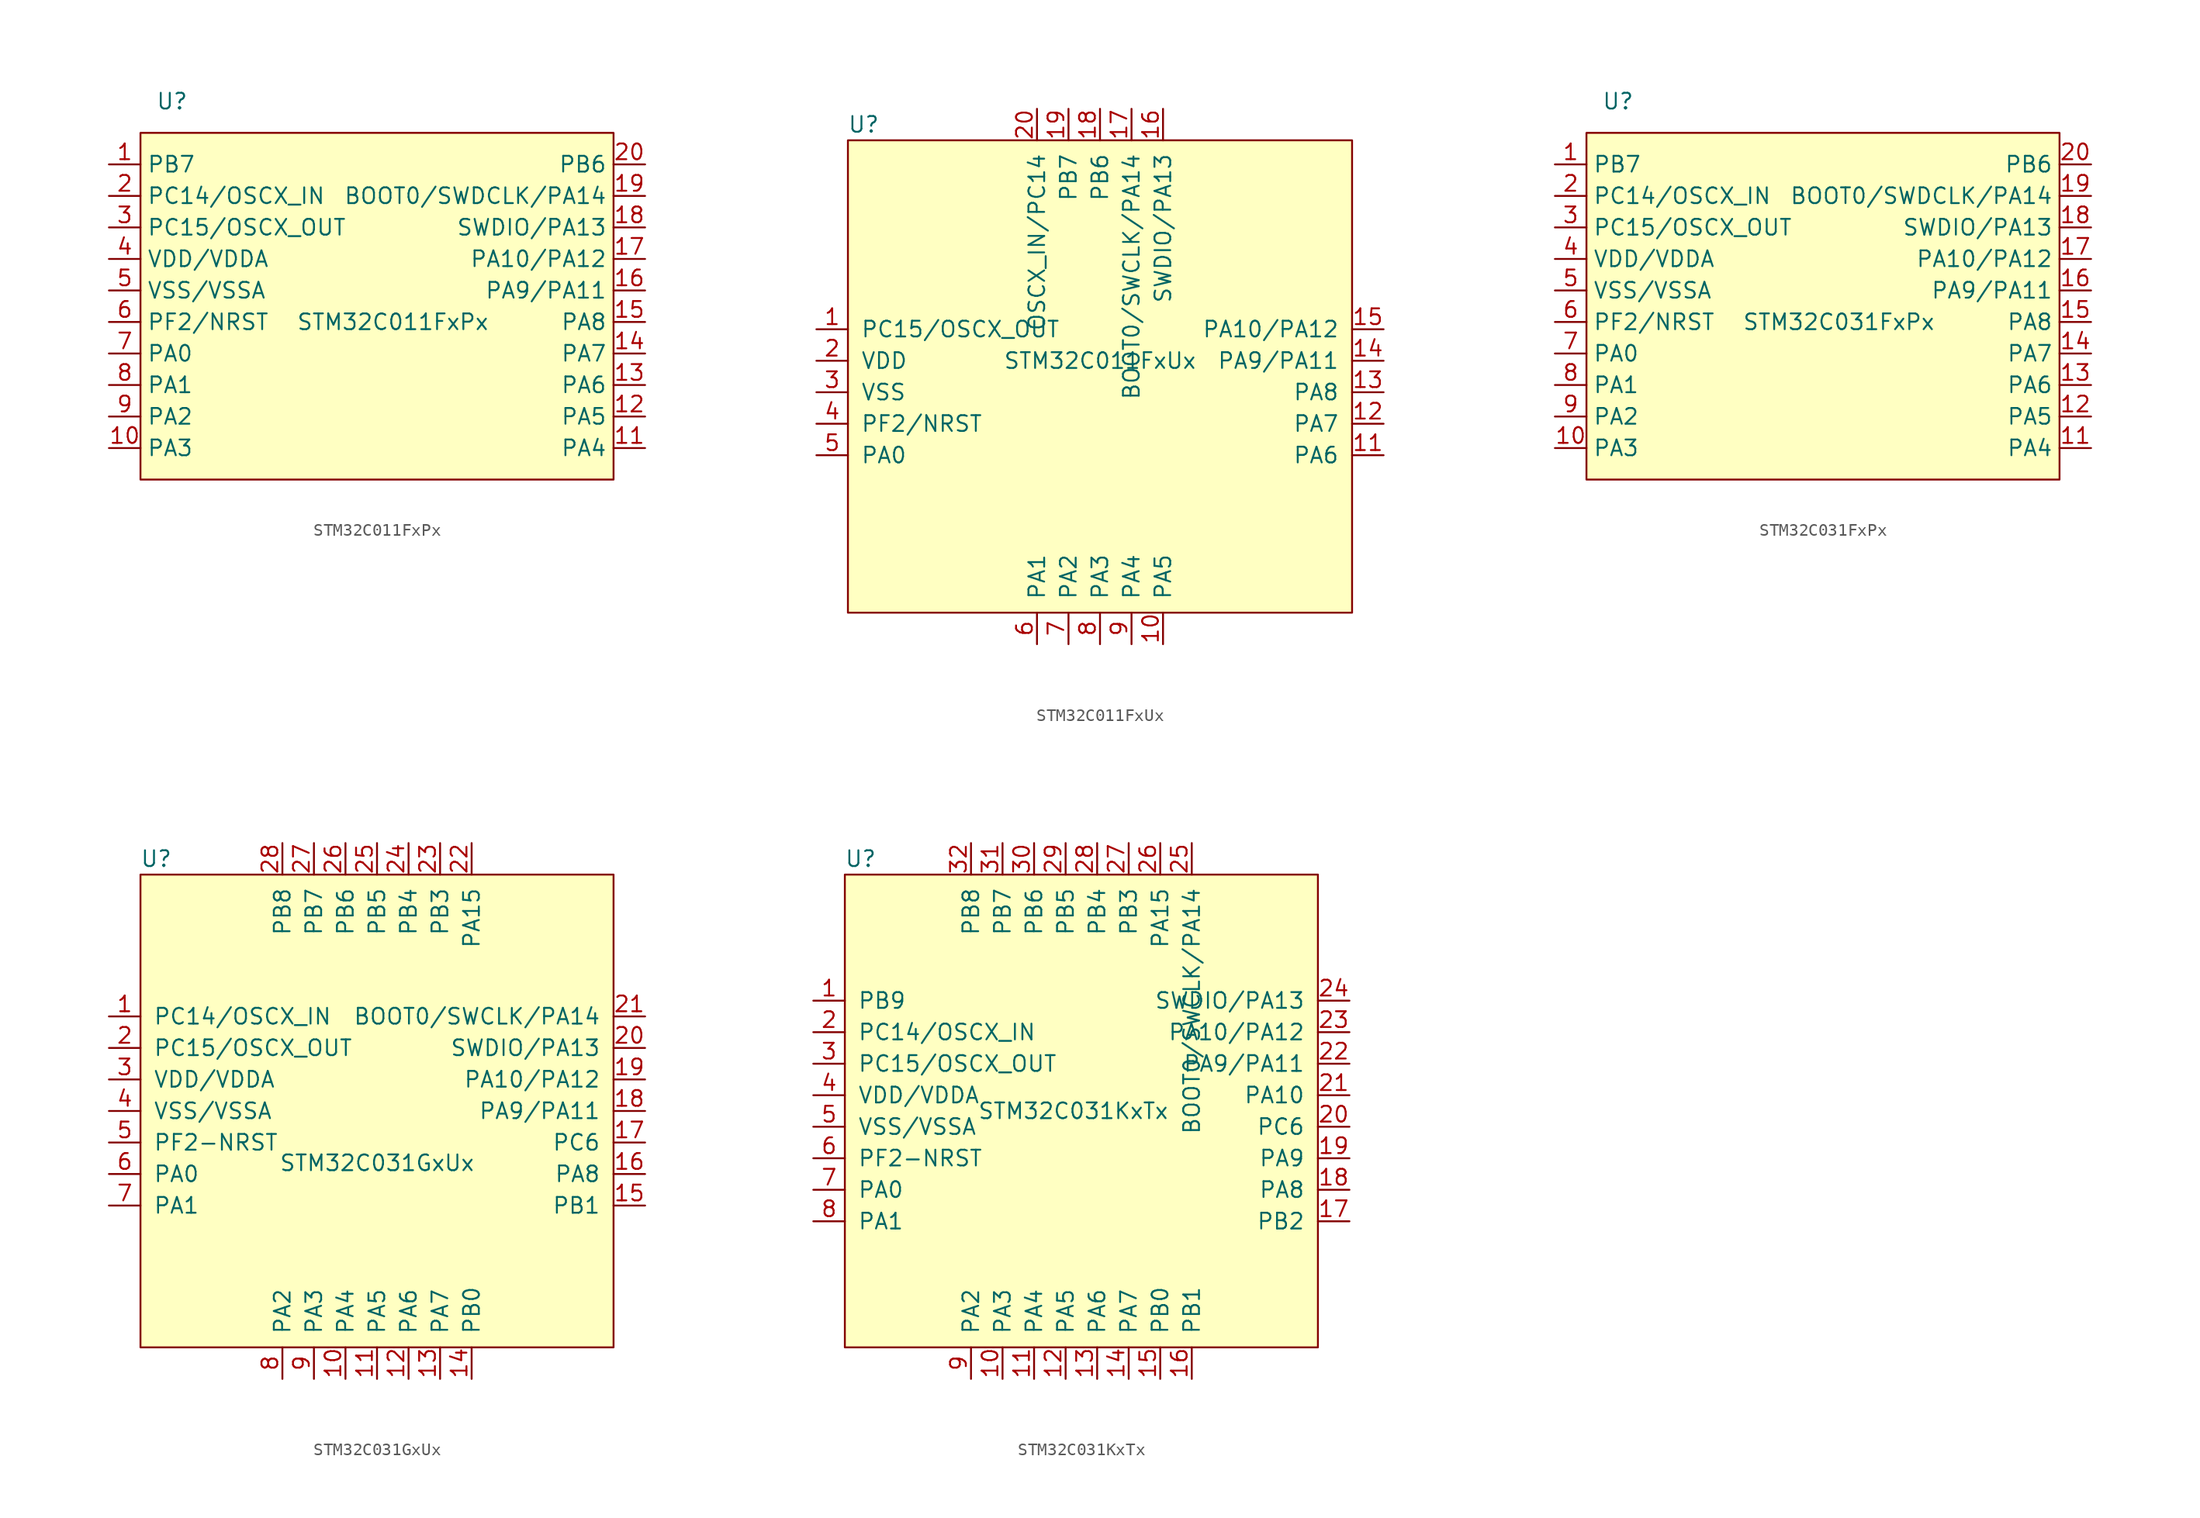
<source format=kicad_sym>
(kicad_symbol_lib
  (version 20241209)
  (generator "kicad_symbol_editor")
  (generator_version "9.0")
  (symbol "STM32C011FxPx"
    (property "Reference" "U"
      (at 2.54 30.48 0)
      (effects (font (size 1.27 1.27))))
    (property "Value" "STM32C011FxPx"
      (at 20.32 12.7 0)
      (effects (font (size 1.27 1.27))))
    (symbol "STM32C011FxPx_0_1"
      (rectangle (start 0 27.94) (end 38.1 0) (stroke (width 0) (type default)) (fill (type background))))
    (symbol "STM32C011FxPx_1_1"
      (pin bidirectional line (at -2.54 25.4 0) (length 2.54) (name "PB7" (effects (font (size 1.27 1.27)))) (number "1" (effects (font (size 1.27 1.27)))))
      (pin bidirectional line (at -2.54 22.86 0) (length 2.54) (name "PC14/OSCX_IN" (effects (font (size 1.27 1.27)))) (number "2" (effects (font (size 1.27 1.27)))))
      (pin bidirectional line (at -2.54 20.32 0) (length 2.54) (name "PC15/OSCX_OUT" (effects (font (size 1.27 1.27)))) (number "3" (effects (font (size 1.27 1.27)))))
      (pin power_in line (at -2.54 17.78 0) (length 2.54) (name "VDD/VDDA" (effects (font (size 1.27 1.27)))) (number "4" (effects (font (size 1.27 1.27)))))
      (pin power_in line (at -2.54 15.24 0) (length 2.54) (name "VSS/VSSA" (effects (font (size 1.27 1.27)))) (number "5" (effects (font (size 1.27 1.27)))))
      (pin bidirectional line (at -2.54 12.7 0) (length 2.54) (name "PF2/NRST" (effects (font (size 1.27 1.27)))) (number "6" (effects (font (size 1.27 1.27)))))
      (pin bidirectional line (at -2.54 10.16 0) (length 2.54) (name "PA0" (effects (font (size 1.27 1.27)))) (number "7" (effects (font (size 1.27 1.27)))))
      (pin bidirectional line (at -2.54 7.62 0) (length 2.54) (name "PA1" (effects (font (size 1.27 1.27)))) (number "8" (effects (font (size 1.27 1.27)))))
      (pin bidirectional line (at -2.54 5.08 0) (length 2.54) (name "PA2" (effects (font (size 1.27 1.27)))) (number "9" (effects (font (size 1.27 1.27)))))
      (pin bidirectional line (at -2.54 2.54 0) (length 2.54) (name "PA3" (effects (font (size 1.27 1.27)))) (number "10" (effects (font (size 1.27 1.27)))))
      (pin bidirectional line (at 40.64 25.4 180) (length 2.54) (name "PB6" (effects (font (size 1.27 1.27)))) (number "20" (effects (font (size 1.27 1.27)))))
      (pin bidirectional line (at 40.64 22.86 180) (length 2.54) (name "BOOT0/SWDCLK/PA14" (effects (font (size 1.27 1.27)))) (number "19" (effects (font (size 1.27 1.27)))))
      (pin bidirectional line (at 40.64 20.32 180) (length 2.54) (name "SWDIO/PA13" (effects (font (size 1.27 1.27)))) (number "18" (effects (font (size 1.27 1.27)))))
      (pin bidirectional line (at 40.64 17.78 180) (length 2.54) (name "PA10/PA12" (effects (font (size 1.27 1.27)))) (number "17" (effects (font (size 1.27 1.27)))))
      (pin bidirectional line (at 40.64 15.24 180) (length 2.54) (name "PA9/PA11" (effects (font (size 1.27 1.27)))) (number "16" (effects (font (size 1.27 1.27)))))
      (pin bidirectional line (at 40.64 12.7 180) (length 2.54) (name "PA8" (effects (font (size 1.27 1.27)))) (number "15" (effects (font (size 1.27 1.27)))))
      (pin bidirectional line (at 40.64 10.16 180) (length 2.54) (name "PA7" (effects (font (size 1.27 1.27)))) (number "14" (effects (font (size 1.27 1.27)))))
      (pin bidirectional line (at 40.64 7.62 180) (length 2.54) (name "PA6" (effects (font (size 1.27 1.27)))) (number "13" (effects (font (size 1.27 1.27)))))
      (pin bidirectional line (at 40.64 5.08 180) (length 2.54) (name "PA5" (effects (font (size 1.27 1.27)))) (number "12" (effects (font (size 1.27 1.27)))))
      (pin bidirectional line (at 40.64 2.54 180) (length 2.54) (name "PA4" (effects (font (size 1.27 1.27)))) (number "11" (effects (font (size 1.27 1.27)))))))
  (symbol "STM32C011FxUx"
    (pin_names
      (offset 1.016))
    (property "Reference" "U"
      (at 1.27 39.37 0)
      (effects (font (size 1.27 1.27))))
    (property "Value" "STM32C011FxUx"
      (at 20.32 20.32 0)
      (effects (font (size 1.27 1.27))))
    (symbol "STM32C011FxUx_0_1"
      (rectangle (start 0 38.1) (end 40.64 0) (stroke (width 0) (type default)) (fill (type background))))
    (symbol "STM32C011FxUx_1_1"
      (pin bidirectional line (at -2.54 22.86 0) (length 2.54) (name "PC15/OSCX_OUT" (effects (font (size 1.27 1.27)))) (number "1" (effects (font (size 1.27 1.27)))))
      (pin power_in line (at -2.54 20.32 0) (length 2.54) (name "VDD" (effects (font (size 1.27 1.27)))) (number "2" (effects (font (size 1.27 1.27)))))
      (pin power_in line (at -2.54 17.78 0) (length 2.54) (name "VSS" (effects (font (size 1.27 1.27)))) (number "3" (effects (font (size 1.27 1.27)))))
      (pin bidirectional line (at -2.54 15.24 0) (length 2.54) (name "PF2/NRST" (effects (font (size 1.27 1.27)))) (number "4" (effects (font (size 1.27 1.27)))))
      (pin bidirectional line (at -2.54 12.7 0) (length 2.54) (name "PA0" (effects (font (size 1.27 1.27)))) (number "5" (effects (font (size 1.27 1.27)))))
      (pin bidirectional line (at 15.24 40.64 270) (length 2.54) (name "OSCX_IN/PC14" (effects (font (size 1.27 1.27)))) (number "20" (effects (font (size 1.27 1.27)))))
      (pin bidirectional line (at 15.24 -2.54 90) (length 2.54) (name "PA1" (effects (font (size 1.27 1.27)))) (number "6" (effects (font (size 1.27 1.27)))))
      (pin bidirectional line (at 17.78 40.64 270) (length 2.54) (name "PB7" (effects (font (size 1.27 1.27)))) (number "19" (effects (font (size 1.27 1.27)))))
      (pin bidirectional line (at 17.78 -2.54 90) (length 2.54) (name "PA2" (effects (font (size 1.27 1.27)))) (number "7" (effects (font (size 1.27 1.27)))))
      (pin bidirectional line (at 20.32 40.64 270) (length 2.54) (name "PB6" (effects (font (size 1.27 1.27)))) (number "18" (effects (font (size 1.27 1.27)))))
      (pin bidirectional line (at 20.32 -2.54 90) (length 2.54) (name "PA3" (effects (font (size 1.27 1.27)))) (number "8" (effects (font (size 1.27 1.27)))))
      (pin bidirectional line (at 22.86 40.64 270) (length 2.54) (name "BOOT0/SWCLK/PA14" (effects (font (size 1.27 1.27)))) (number "17" (effects (font (size 1.27 1.27)))))
      (pin bidirectional line (at 22.86 -2.54 90) (length 2.54) (name "PA4" (effects (font (size 1.27 1.27)))) (number "9" (effects (font (size 1.27 1.27)))))
      (pin bidirectional line (at 25.4 40.64 270) (length 2.54) (name "SWDIO/PA13" (effects (font (size 1.27 1.27)))) (number "16" (effects (font (size 1.27 1.27)))))
      (pin bidirectional line (at 25.4 -2.54 90) (length 2.54) (name "PA5" (effects (font (size 1.27 1.27)))) (number "10" (effects (font (size 1.27 1.27)))))
      (pin bidirectional line (at 43.18 22.86 180) (length 2.54) (name "PA10/PA12" (effects (font (size 1.27 1.27)))) (number "15" (effects (font (size 1.27 1.27)))))
      (pin bidirectional line (at 43.18 20.32 180) (length 2.54) (name "PA9/PA11" (effects (font (size 1.27 1.27)))) (number "14" (effects (font (size 1.27 1.27)))))
      (pin bidirectional line (at 43.18 17.78 180) (length 2.54) (name "PA8" (effects (font (size 1.27 1.27)))) (number "13" (effects (font (size 1.27 1.27)))))
      (pin bidirectional line (at 43.18 15.24 180) (length 2.54) (name "PA7" (effects (font (size 1.27 1.27)))) (number "12" (effects (font (size 1.27 1.27)))))
      (pin bidirectional line (at 43.18 12.7 180) (length 2.54) (name "PA6" (effects (font (size 1.27 1.27)))) (number "11" (effects (font (size 1.27 1.27)))))))
  (symbol "STM32C031FxPx"
    (property "Reference" "U"
      (at 2.54 30.48 0)
      (effects (font (size 1.27 1.27))))
    (property "Value" "STM32C031FxPx"
      (at 20.32 12.7 0)
      (effects (font (size 1.27 1.27))))
    (symbol "STM32C031FxPx_0_1"
      (rectangle (start 0 27.94) (end 38.1 0) (stroke (width 0) (type default)) (fill (type background))))
    (symbol "STM32C031FxPx_1_1"
      (pin bidirectional line (at -2.54 25.4 0) (length 2.54) (name "PB7" (effects (font (size 1.27 1.27)))) (number "1" (effects (font (size 1.27 1.27)))))
      (pin bidirectional line (at -2.54 22.86 0) (length 2.54) (name "PC14/OSCX_IN" (effects (font (size 1.27 1.27)))) (number "2" (effects (font (size 1.27 1.27)))))
      (pin bidirectional line (at -2.54 20.32 0) (length 2.54) (name "PC15/OSCX_OUT" (effects (font (size 1.27 1.27)))) (number "3" (effects (font (size 1.27 1.27)))))
      (pin power_in line (at -2.54 17.78 0) (length 2.54) (name "VDD/VDDA" (effects (font (size 1.27 1.27)))) (number "4" (effects (font (size 1.27 1.27)))))
      (pin power_in line (at -2.54 15.24 0) (length 2.54) (name "VSS/VSSA" (effects (font (size 1.27 1.27)))) (number "5" (effects (font (size 1.27 1.27)))))
      (pin bidirectional line (at -2.54 12.7 0) (length 2.54) (name "PF2/NRST" (effects (font (size 1.27 1.27)))) (number "6" (effects (font (size 1.27 1.27)))))
      (pin bidirectional line (at -2.54 10.16 0) (length 2.54) (name "PA0" (effects (font (size 1.27 1.27)))) (number "7" (effects (font (size 1.27 1.27)))))
      (pin bidirectional line (at -2.54 7.62 0) (length 2.54) (name "PA1" (effects (font (size 1.27 1.27)))) (number "8" (effects (font (size 1.27 1.27)))))
      (pin bidirectional line (at -2.54 5.08 0) (length 2.54) (name "PA2" (effects (font (size 1.27 1.27)))) (number "9" (effects (font (size 1.27 1.27)))))
      (pin bidirectional line (at -2.54 2.54 0) (length 2.54) (name "PA3" (effects (font (size 1.27 1.27)))) (number "10" (effects (font (size 1.27 1.27)))))
      (pin bidirectional line (at 40.64 25.4 180) (length 2.54) (name "PB6" (effects (font (size 1.27 1.27)))) (number "20" (effects (font (size 1.27 1.27)))))
      (pin bidirectional line (at 40.64 22.86 180) (length 2.54) (name "BOOT0/SWDCLK/PA14" (effects (font (size 1.27 1.27)))) (number "19" (effects (font (size 1.27 1.27)))))
      (pin bidirectional line (at 40.64 20.32 180) (length 2.54) (name "SWDIO/PA13" (effects (font (size 1.27 1.27)))) (number "18" (effects (font (size 1.27 1.27)))))
      (pin bidirectional line (at 40.64 17.78 180) (length 2.54) (name "PA10/PA12" (effects (font (size 1.27 1.27)))) (number "17" (effects (font (size 1.27 1.27)))))
      (pin bidirectional line (at 40.64 15.24 180) (length 2.54) (name "PA9/PA11" (effects (font (size 1.27 1.27)))) (number "16" (effects (font (size 1.27 1.27)))))
      (pin bidirectional line (at 40.64 12.7 180) (length 2.54) (name "PA8" (effects (font (size 1.27 1.27)))) (number "15" (effects (font (size 1.27 1.27)))))
      (pin bidirectional line (at 40.64 10.16 180) (length 2.54) (name "PA7" (effects (font (size 1.27 1.27)))) (number "14" (effects (font (size 1.27 1.27)))))
      (pin bidirectional line (at 40.64 7.62 180) (length 2.54) (name "PA6" (effects (font (size 1.27 1.27)))) (number "13" (effects (font (size 1.27 1.27)))))
      (pin bidirectional line (at 40.64 5.08 180) (length 2.54) (name "PA5" (effects (font (size 1.27 1.27)))) (number "12" (effects (font (size 1.27 1.27)))))
      (pin bidirectional line (at 40.64 2.54 180) (length 2.54) (name "PA4" (effects (font (size 1.27 1.27)))) (number "11" (effects (font (size 1.27 1.27)))))))
  (symbol "STM32C031GxUx"
    (pin_names
      (offset 1.016))
    (property "Reference" "U"
      (at 1.27 39.37 0)
      (effects (font (size 1.27 1.27))))
    (property "Value" "STM32C031GxUx"
      (at 19.05 14.859 0)
      (effects (font (size 1.27 1.27))))
    (symbol "STM32C031GxUx_0_1"
      (rectangle (start 0 38.1) (end 38.1 0) (stroke (width 0) (type default)) (fill (type background))))
    (symbol "STM32C031GxUx_1_1"
      (pin bidirectional line (at -2.54 26.67 0) (length 2.54) (name "PC14/OSCX_IN" (effects (font (size 1.27 1.27)))) (number "1" (effects (font (size 1.27 1.27)))))
      (pin bidirectional line (at -2.54 24.13 0) (length 2.54) (name "PC15/OSCX_OUT" (effects (font (size 1.27 1.27)))) (number "2" (effects (font (size 1.27 1.27)))))
      (pin power_in line (at -2.54 21.59 0) (length 2.54) (name "VDD/VDDA" (effects (font (size 1.27 1.27)))) (number "3" (effects (font (size 1.27 1.27)))))
      (pin power_in line (at -2.54 19.05 0) (length 2.54) (name "VSS/VSSA" (effects (font (size 1.27 1.27)))) (number "4" (effects (font (size 1.27 1.27)))))
      (pin bidirectional line (at -2.54 16.51 0) (length 2.54) (name "PF2-NRST" (effects (font (size 1.27 1.27)))) (number "5" (effects (font (size 1.27 1.27)))))
      (pin bidirectional line (at -2.54 13.97 0) (length 2.54) (name "PA0" (effects (font (size 1.27 1.27)))) (number "6" (effects (font (size 1.27 1.27)))))
      (pin bidirectional line (at -2.54 11.43 0) (length 2.54) (name "PA1" (effects (font (size 1.27 1.27)))) (number "7" (effects (font (size 1.27 1.27)))))
      (pin bidirectional line (at 11.43 40.64 270) (length 2.54) (name "PB8" (effects (font (size 1.27 1.27)))) (number "28" (effects (font (size 1.27 1.27)))))
      (pin bidirectional line (at 11.43 -2.54 90) (length 2.54) (name "PA2" (effects (font (size 1.27 1.27)))) (number "8" (effects (font (size 1.27 1.27)))))
      (pin bidirectional line (at 13.97 40.64 270) (length 2.54) (name "PB7" (effects (font (size 1.27 1.27)))) (number "27" (effects (font (size 1.27 1.27)))))
      (pin bidirectional line (at 13.97 -2.54 90) (length 2.54) (name "PA3" (effects (font (size 1.27 1.27)))) (number "9" (effects (font (size 1.27 1.27)))))
      (pin bidirectional line (at 16.51 40.64 270) (length 2.54) (name "PB6" (effects (font (size 1.27 1.27)))) (number "26" (effects (font (size 1.27 1.27)))))
      (pin bidirectional line (at 16.51 -2.54 90) (length 2.54) (name "PA4" (effects (font (size 1.27 1.27)))) (number "10" (effects (font (size 1.27 1.27)))))
      (pin bidirectional line (at 19.05 40.64 270) (length 2.54) (name "PB5" (effects (font (size 1.27 1.27)))) (number "25" (effects (font (size 1.27 1.27)))))
      (pin bidirectional line (at 19.05 -2.54 90) (length 2.54) (name "PA5" (effects (font (size 1.27 1.27)))) (number "11" (effects (font (size 1.27 1.27)))))
      (pin bidirectional line (at 21.59 40.64 270) (length 2.54) (name "PB4" (effects (font (size 1.27 1.27)))) (number "24" (effects (font (size 1.27 1.27)))))
      (pin bidirectional line (at 21.59 -2.54 90) (length 2.54) (name "PA6" (effects (font (size 1.27 1.27)))) (number "12" (effects (font (size 1.27 1.27)))))
      (pin bidirectional line (at 24.13 40.64 270) (length 2.54) (name "PB3" (effects (font (size 1.27 1.27)))) (number "23" (effects (font (size 1.27 1.27)))))
      (pin bidirectional line (at 24.13 -2.54 90) (length 2.54) (name "PA7" (effects (font (size 1.27 1.27)))) (number "13" (effects (font (size 1.27 1.27)))))
      (pin bidirectional line (at 26.67 40.64 270) (length 2.54) (name "PA15" (effects (font (size 1.27 1.27)))) (number "22" (effects (font (size 1.27 1.27)))))
      (pin bidirectional line (at 26.67 -2.54 90) (length 2.54) (name "PB0" (effects (font (size 1.27 1.27)))) (number "14" (effects (font (size 1.27 1.27)))))
      (pin bidirectional line (at 40.64 26.67 180) (length 2.54) (name "BOOT0/SWCLK/PA14" (effects (font (size 1.27 1.27)))) (number "21" (effects (font (size 1.27 1.27)))))
      (pin bidirectional line (at 40.64 24.13 180) (length 2.54) (name "SWDIO/PA13" (effects (font (size 1.27 1.27)))) (number "20" (effects (font (size 1.27 1.27)))))
      (pin bidirectional line (at 40.64 21.59 180) (length 2.54) (name "PA10/PA12" (effects (font (size 1.27 1.27)))) (number "19" (effects (font (size 1.27 1.27)))))
      (pin bidirectional line (at 40.64 19.05 180) (length 2.54) (name "PA9/PA11" (effects (font (size 1.27 1.27)))) (number "18" (effects (font (size 1.27 1.27)))))
      (pin bidirectional line (at 40.64 16.51 180) (length 2.54) (name "PC6" (effects (font (size 1.27 1.27)))) (number "17" (effects (font (size 1.27 1.27)))))
      (pin bidirectional line (at 40.64 13.97 180) (length 2.54) (name "PA8" (effects (font (size 1.27 1.27)))) (number "16" (effects (font (size 1.27 1.27)))))
      (pin bidirectional line (at 40.64 11.43 180) (length 2.54) (name "PB1" (effects (font (size 1.27 1.27)))) (number "15" (effects (font (size 1.27 1.27)))))))
  (symbol "STM32C031KxTx"
    (pin_names
      (offset 1.016))
    (property "Reference" "U"
      (at 1.27 39.37 0)
      (effects (font (size 1.27 1.27))))
    (property "Value" "STM32C031KxTx"
      (at 18.395 19.05 0)
      (effects (font (size 1.27 1.27))))
    (symbol "STM32C031KxTx_0_1"
      (rectangle (start 0 38.1) (end 38.1 0) (stroke (width 0) (type default)) (fill (type background))))
    (symbol "STM32C031KxTx_1_1"
      (pin bidirectional line (at -2.54 27.94 0) (length 2.54) (name "PB9" (effects (font (size 1.27 1.27)))) (number "1" (effects (font (size 1.27 1.27)))))
      (pin bidirectional line (at -2.54 25.4 0) (length 2.54) (name "PC14/OSCX_IN" (effects (font (size 1.27 1.27)))) (number "2" (effects (font (size 1.27 1.27)))))
      (pin bidirectional line (at -2.54 22.86 0) (length 2.54) (name "PC15/OSCX_OUT" (effects (font (size 1.27 1.27)))) (number "3" (effects (font (size 1.27 1.27)))))
      (pin power_in line (at -2.54 20.32 0) (length 2.54) (name "VDD/VDDA" (effects (font (size 1.27 1.27)))) (number "4" (effects (font (size 1.27 1.27)))))
      (pin power_in line (at -2.54 17.78 0) (length 2.54) (name "VSS/VSSA" (effects (font (size 1.27 1.27)))) (number "5" (effects (font (size 1.27 1.27)))))
      (pin bidirectional line (at -2.54 15.24 0) (length 2.54) (name "PF2-NRST" (effects (font (size 1.27 1.27)))) (number "6" (effects (font (size 1.27 1.27)))))
      (pin bidirectional line (at -2.54 12.7 0) (length 2.54) (name "PA0" (effects (font (size 1.27 1.27)))) (number "7" (effects (font (size 1.27 1.27)))))
      (pin bidirectional line (at -2.54 10.16 0) (length 2.54) (name "PA1" (effects (font (size 1.27 1.27)))) (number "8" (effects (font (size 1.27 1.27)))))
      (pin bidirectional line (at 10.16 40.64 270) (length 2.54) (name "PB8" (effects (font (size 1.27 1.27)))) (number "32" (effects (font (size 1.27 1.27)))))
      (pin bidirectional line (at 10.16 -2.54 90) (length 2.54) (name "PA2" (effects (font (size 1.27 1.27)))) (number "9" (effects (font (size 1.27 1.27)))))
      (pin bidirectional line (at 12.7 40.64 270) (length 2.54) (name "PB7" (effects (font (size 1.27 1.27)))) (number "31" (effects (font (size 1.27 1.27)))))
      (pin bidirectional line (at 12.7 -2.54 90) (length 2.54) (name "PA3" (effects (font (size 1.27 1.27)))) (number "10" (effects (font (size 1.27 1.27)))))
      (pin bidirectional line (at 15.24 40.64 270) (length 2.54) (name "PB6" (effects (font (size 1.27 1.27)))) (number "30" (effects (font (size 1.27 1.27)))))
      (pin bidirectional line (at 15.24 -2.54 90) (length 2.54) (name "PA4" (effects (font (size 1.27 1.27)))) (number "11" (effects (font (size 1.27 1.27)))))
      (pin bidirectional line (at 17.78 40.64 270) (length 2.54) (name "PB5" (effects (font (size 1.27 1.27)))) (number "29" (effects (font (size 1.27 1.27)))))
      (pin bidirectional line (at 17.78 -2.54 90) (length 2.54) (name "PA5" (effects (font (size 1.27 1.27)))) (number "12" (effects (font (size 1.27 1.27)))))
      (pin bidirectional line (at 20.32 40.64 270) (length 2.54) (name "PB4" (effects (font (size 1.27 1.27)))) (number "28" (effects (font (size 1.27 1.27)))))
      (pin bidirectional line (at 20.32 -2.54 90) (length 2.54) (name "PA6" (effects (font (size 1.27 1.27)))) (number "13" (effects (font (size 1.27 1.27)))))
      (pin bidirectional line (at 22.86 40.64 270) (length 2.54) (name "PB3" (effects (font (size 1.27 1.27)))) (number "27" (effects (font (size 1.27 1.27)))))
      (pin bidirectional line (at 22.86 -2.54 90) (length 2.54) (name "PA7" (effects (font (size 1.27 1.27)))) (number "14" (effects (font (size 1.27 1.27)))))
      (pin bidirectional line (at 25.4 40.64 270) (length 2.54) (name "PA15" (effects (font (size 1.27 1.27)))) (number "26" (effects (font (size 1.27 1.27)))))
      (pin bidirectional line (at 25.4 -2.54 90) (length 2.54) (name "PB0" (effects (font (size 1.27 1.27)))) (number "15" (effects (font (size 1.27 1.27)))))
      (pin bidirectional line (at 27.94 40.64 270) (length 2.54) (name "BOOT0/SWCLK/PA14" (effects (font (size 1.27 1.27)))) (number "25" (effects (font (size 1.27 1.27)))))
      (pin bidirectional line (at 27.94 -2.54 90) (length 2.54) (name "PB1" (effects (font (size 1.27 1.27)))) (number "16" (effects (font (size 1.27 1.27)))))
      (pin bidirectional line (at 40.64 27.94 180) (length 2.54) (name "SWDIO/PA13" (effects (font (size 1.27 1.27)))) (number "24" (effects (font (size 1.27 1.27)))))
      (pin bidirectional line (at 40.64 25.4 180) (length 2.54) (name "PA10/PA12" (effects (font (size 1.27 1.27)))) (number "23" (effects (font (size 1.27 1.27)))))
      (pin bidirectional line (at 40.64 22.86 180) (length 2.54) (name "PA9/PA11" (effects (font (size 1.27 1.27)))) (number "22" (effects (font (size 1.27 1.27)))))
      (pin bidirectional line (at 40.64 20.32 180) (length 2.54) (name "PA10" (effects (font (size 1.27 1.27)))) (number "21" (effects (font (size 1.27 1.27)))))
      (pin bidirectional line (at 40.64 17.78 180) (length 2.54) (name "PC6" (effects (font (size 1.27 1.27)))) (number "20" (effects (font (size 1.27 1.27)))))
      (pin bidirectional line (at 40.64 15.24 180) (length 2.54) (name "PA9" (effects (font (size 1.27 1.27)))) (number "19" (effects (font (size 1.27 1.27)))))
      (pin bidirectional line (at 40.64 12.7 180) (length 2.54) (name "PA8" (effects (font (size 1.27 1.27)))) (number "18" (effects (font (size 1.27 1.27)))))
      (pin bidirectional line (at 40.64 10.16 180) (length 2.54) (name "PB2" (effects (font (size 1.27 1.27)))) (number "17" (effects (font (size 1.27 1.27))))))))
</source>
